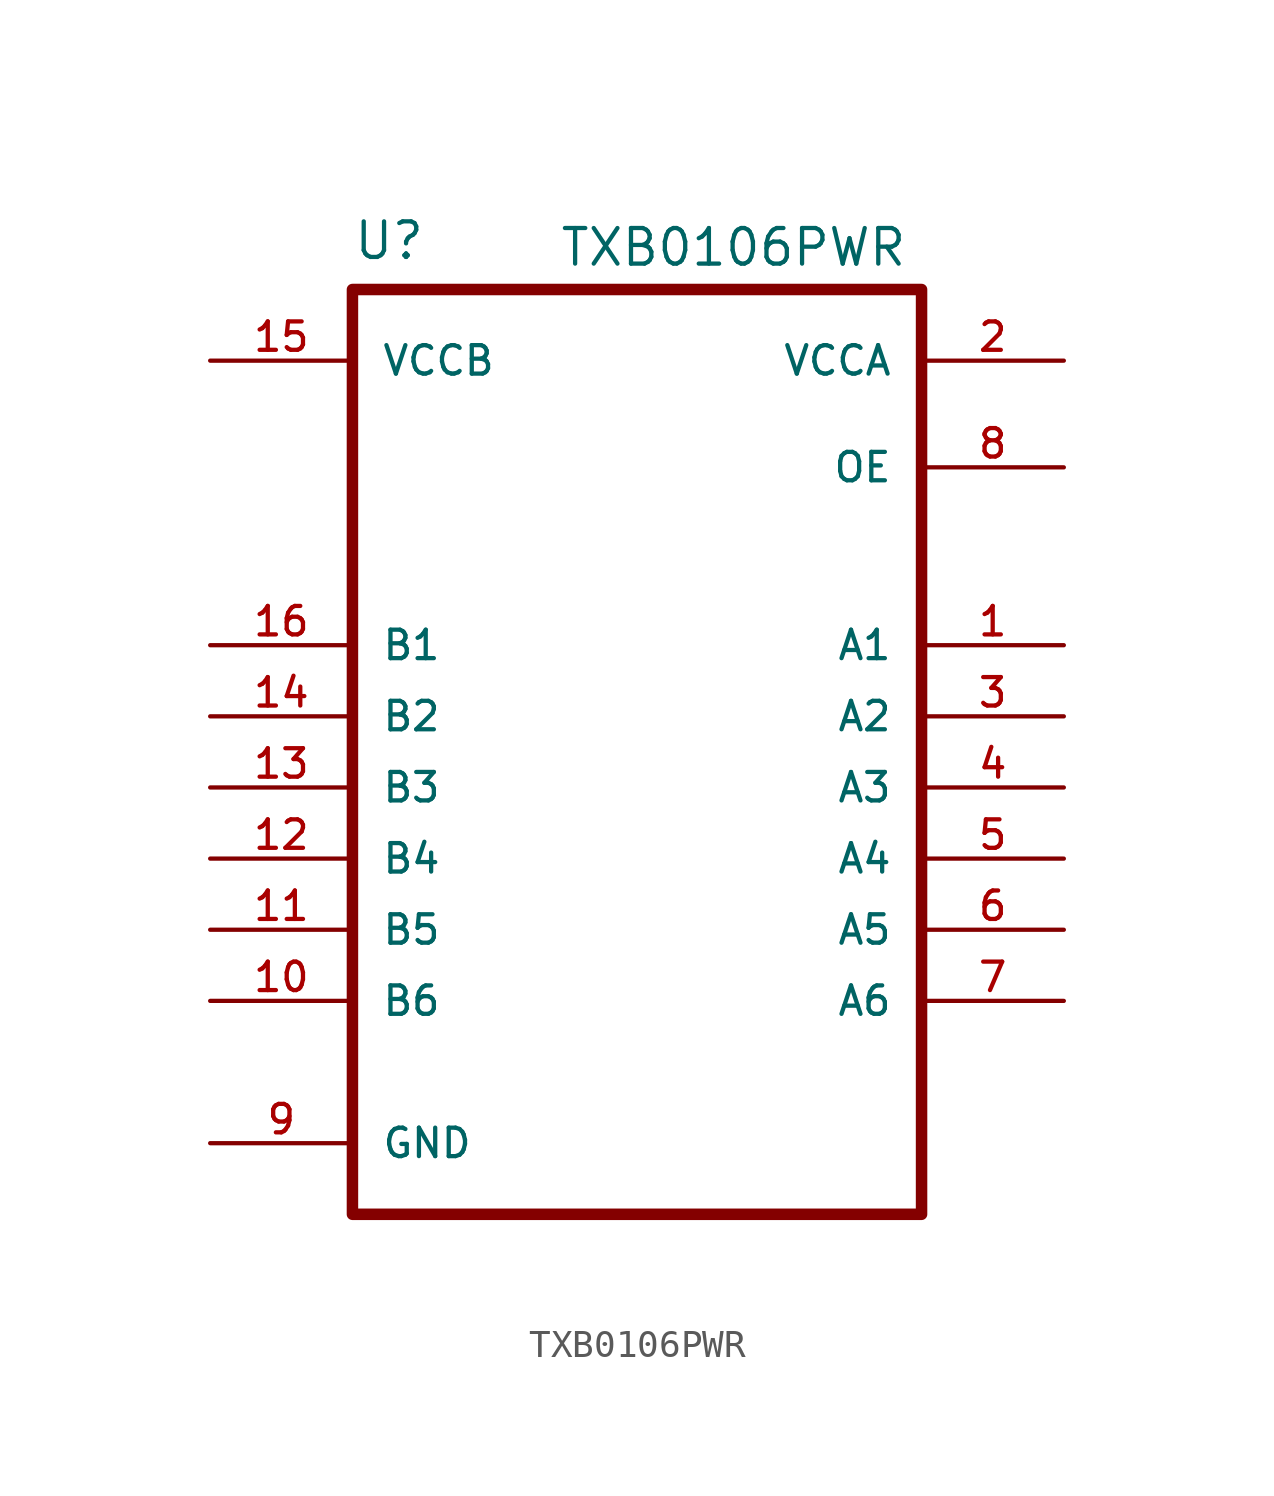
<source format=kicad_sym>
(kicad_symbol_lib
  (version 20241209)
  (generator "kicad_symbol_editor")
  (generator_version "9.0")
  (symbol "TXB0106PWR"
    (pin_names
      (offset 1.016))
    (property "Reference" "U"
      (at -12.7 21.32 0)
      (effects (font (size 1.27 1.27)) (justify left bottom)))
    (property "Value" "TXB0106PWR"
      (at -5.334 21.082 0)
      (effects (font (size 1.27 1.27)) (justify left bottom)))
    (symbol "TXB0106PWR_0_0"
      (rectangle (start -12.7 20.32) (end 7.62 -12.7) (stroke (width 0.41) (type default)) (fill (type none)))
      (pin power_in line (at -17.78 17.78 0) (length 5.08) (name "VCCB" (effects (font (size 1.016 1.016)))) (number "15" (effects (font (size 1.016 1.016)))))
      (pin bidirectional line (at -17.78 7.62 0) (length 5.08) (name "B1" (effects (font (size 1.016 1.016)))) (number "16" (effects (font (size 1.016 1.016)))))
      (pin bidirectional line (at -17.78 5.08 0) (length 5.08) (name "B2" (effects (font (size 1.016 1.016)))) (number "14" (effects (font (size 1.016 1.016)))))
      (pin bidirectional line (at -17.78 2.54 0) (length 5.08) (name "B3" (effects (font (size 1.016 1.016)))) (number "13" (effects (font (size 1.016 1.016)))))
      (pin bidirectional line (at -17.78 0 0) (length 5.08) (name "B4" (effects (font (size 1.016 1.016)))) (number "12" (effects (font (size 1.016 1.016)))))
      (pin bidirectional line (at -17.78 -2.54 0) (length 5.08) (name "B5" (effects (font (size 1.016 1.016)))) (number "11" (effects (font (size 1.016 1.016)))))
      (pin bidirectional line (at -17.78 -5.08 0) (length 5.08) (name "B6" (effects (font (size 1.016 1.016)))) (number "10" (effects (font (size 1.016 1.016)))))
      (pin power_in line (at -17.78 -10.16 0) (length 5.08) (name "GND" (effects (font (size 1.016 1.016)))) (number "9" (effects (font (size 1.016 1.016)))))
      (pin power_in line (at 12.7 17.78 180) (length 5.08) (name "VCCA" (effects (font (size 1.016 1.016)))) (number "2" (effects (font (size 1.016 1.016)))))
      (pin input line (at 12.7 13.97 180) (length 5.08) (name "OE" (effects (font (size 1.016 1.016)))) (number "8" (effects (font (size 1.016 1.016)))))
      (pin bidirectional line (at 12.7 7.62 180) (length 5.08) (name "A1" (effects (font (size 1.016 1.016)))) (number "1" (effects (font (size 1.016 1.016)))))
      (pin bidirectional line (at 12.7 5.08 180) (length 5.08) (name "A2" (effects (font (size 1.016 1.016)))) (number "3" (effects (font (size 1.016 1.016)))))
      (pin bidirectional line (at 12.7 2.54 180) (length 5.08) (name "A3" (effects (font (size 1.016 1.016)))) (number "4" (effects (font (size 1.016 1.016)))))
      (pin bidirectional line (at 12.7 0 180) (length 5.08) (name "A4" (effects (font (size 1.016 1.016)))) (number "5" (effects (font (size 1.016 1.016)))))
      (pin bidirectional line (at 12.7 -2.54 180) (length 5.08) (name "A5" (effects (font (size 1.016 1.016)))) (number "6" (effects (font (size 1.016 1.016)))))
      (pin bidirectional line (at 12.7 -5.08 180) (length 5.08) (name "A6" (effects (font (size 1.016 1.016)))) (number "7" (effects (font (size 1.016 1.016))))))))
</source>
